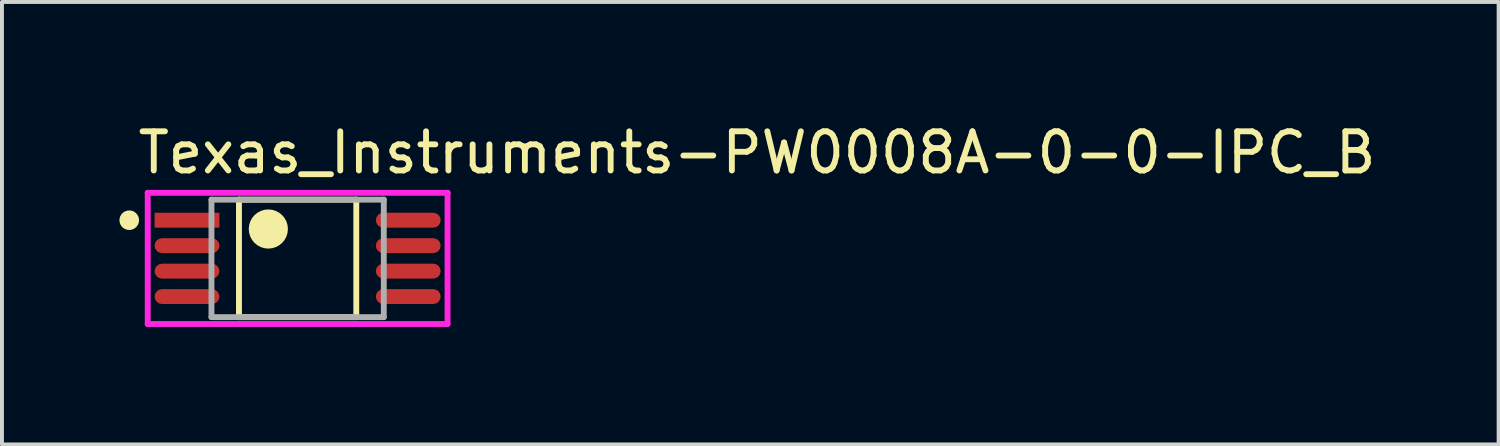
<source format=kicad_pcb>
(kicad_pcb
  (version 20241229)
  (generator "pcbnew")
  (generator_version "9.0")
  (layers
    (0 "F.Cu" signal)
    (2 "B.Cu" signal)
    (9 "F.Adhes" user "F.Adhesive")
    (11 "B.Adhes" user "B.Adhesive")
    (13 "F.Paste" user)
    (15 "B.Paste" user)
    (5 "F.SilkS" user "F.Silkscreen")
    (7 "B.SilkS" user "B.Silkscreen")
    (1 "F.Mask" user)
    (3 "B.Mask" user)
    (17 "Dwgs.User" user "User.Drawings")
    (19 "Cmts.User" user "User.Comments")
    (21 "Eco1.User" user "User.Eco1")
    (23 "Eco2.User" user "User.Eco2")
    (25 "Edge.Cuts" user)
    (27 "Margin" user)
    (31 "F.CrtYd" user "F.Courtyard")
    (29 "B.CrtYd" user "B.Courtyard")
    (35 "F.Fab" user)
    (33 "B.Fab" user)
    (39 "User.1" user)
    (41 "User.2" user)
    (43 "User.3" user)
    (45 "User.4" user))
  (footprint "Texas_Instruments-PW0008A-0-0-IPC_B"
    (layer "F.Cu")
    (at 4.55 3.548)
    (property "Reference" "Texas_Instruments-PW0008A-0-0-IPC_B" (at -4.153 -2.7 0) (layer "F.SilkS") (effects (font (size 1 1) (thickness 0.15)) (justify left)))
    (attr through_hole)
    (fp_line (start -1.498 -1.5) (end 1.498 -1.5) (stroke (width 0.15) (type solid)) (layer "F.SilkS"))
    (fp_line (start -1.498 1.5) (end -1.498 -1.5) (stroke (width 0.15) (type solid)) (layer "F.SilkS"))
    (fp_line (start 1.498 -1.5) (end 1.498 1.5) (stroke (width 0.15) (type solid)) (layer "F.SilkS"))
    (fp_line (start 1.498 1.5) (end -1.498 1.5) (stroke (width 0.15) (type solid)) (layer "F.SilkS"))
    (fp_circle (center -4.3 -0.975) (end -4.175 -0.975) (stroke (width 0.25) (type solid)) (fill no) (layer "F.SilkS"))
    (fp_circle (center -0.748 -0.75) (end -0.498 -0.75) (stroke (width 0.5) (type solid)) (fill no) (layer "F.SilkS"))
    (fp_line (start -3.828 -1.675) (end -3.828 1.675) (stroke (width 0.15) (type solid)) (layer "F.CrtYd"))
    (fp_line (start -3.828 1.675) (end 3.828 1.675) (stroke (width 0.15) (type solid)) (layer "F.CrtYd"))
    (fp_line (start 3.828 -1.675) (end -3.828 -1.675) (stroke (width 0.15) (type solid)) (layer "F.CrtYd"))
    (fp_line (start 3.828 -1.675) (end 3.828 -1.675) (stroke (width 0.15) (type solid)) (layer "F.CrtYd"))
    (fp_line (start 3.828 1.675) (end 3.828 -1.675) (stroke (width 0.15) (type solid)) (layer "F.CrtYd"))
    (fp_line (start -2.2 -1.5) (end 2.2 -1.5) (stroke (width 0.15) (type solid)) (layer "F.Fab"))
    (fp_line (start -2.2 1.5) (end -2.2 -1.5) (stroke (width 0.15) (type solid)) (layer "F.Fab"))
    (fp_line (start 2.2 -1.5) (end 2.2 1.5) (stroke (width 0.15) (type solid)) (layer "F.Fab"))
    (fp_line (start 2.2 1.5) (end -2.2 1.5) (stroke (width 0.15) (type solid)) (layer "F.Fab"))
    (pad "1" smd rect (at -2.825 -0.975) (size 1.655 0.381) (layers "F.Cu" "F.Mask" "F.Paste"))
    (pad "2" smd roundrect (at -2.825 -0.325) (size 1.655 0.381) (layers "F.Cu" "F.Mask" "F.Paste") (roundrect_rratio 0.5))
    (pad "3" smd roundrect (at -2.825 0.325) (size 1.655 0.381) (layers "F.Cu" "F.Mask" "F.Paste") (roundrect_rratio 0.5))
    (pad "4" smd roundrect (at -2.825 0.975) (size 1.655 0.381) (layers "F.Cu" "F.Mask" "F.Paste") (roundrect_rratio 0.5))
    (pad "5" smd roundrect (at 2.825 0.975) (size 1.655 0.381) (layers "F.Cu" "F.Mask" "F.Paste") (roundrect_rratio 0.5))
    (pad "6" smd roundrect (at 2.825 0.325) (size 1.655 0.381) (layers "F.Cu" "F.Mask" "F.Paste") (roundrect_rratio 0.5))
    (pad "7" smd roundrect (at 2.825 -0.325) (size 1.655 0.381) (layers "F.Cu" "F.Mask" "F.Paste") (roundrect_rratio 0.5))
    (pad "8" smd roundrect (at 2.825 -0.975) (size 1.655 0.381) (layers "F.Cu" "F.Mask" "F.Paste") (roundrect_rratio 0.5)))
  (gr_rect
    (start -3 -3)
    (end 35.218 8.298)
    (stroke (width 0.1) (type default))
    (fill no)
    (layer "Edge.Cuts")))
</source>
